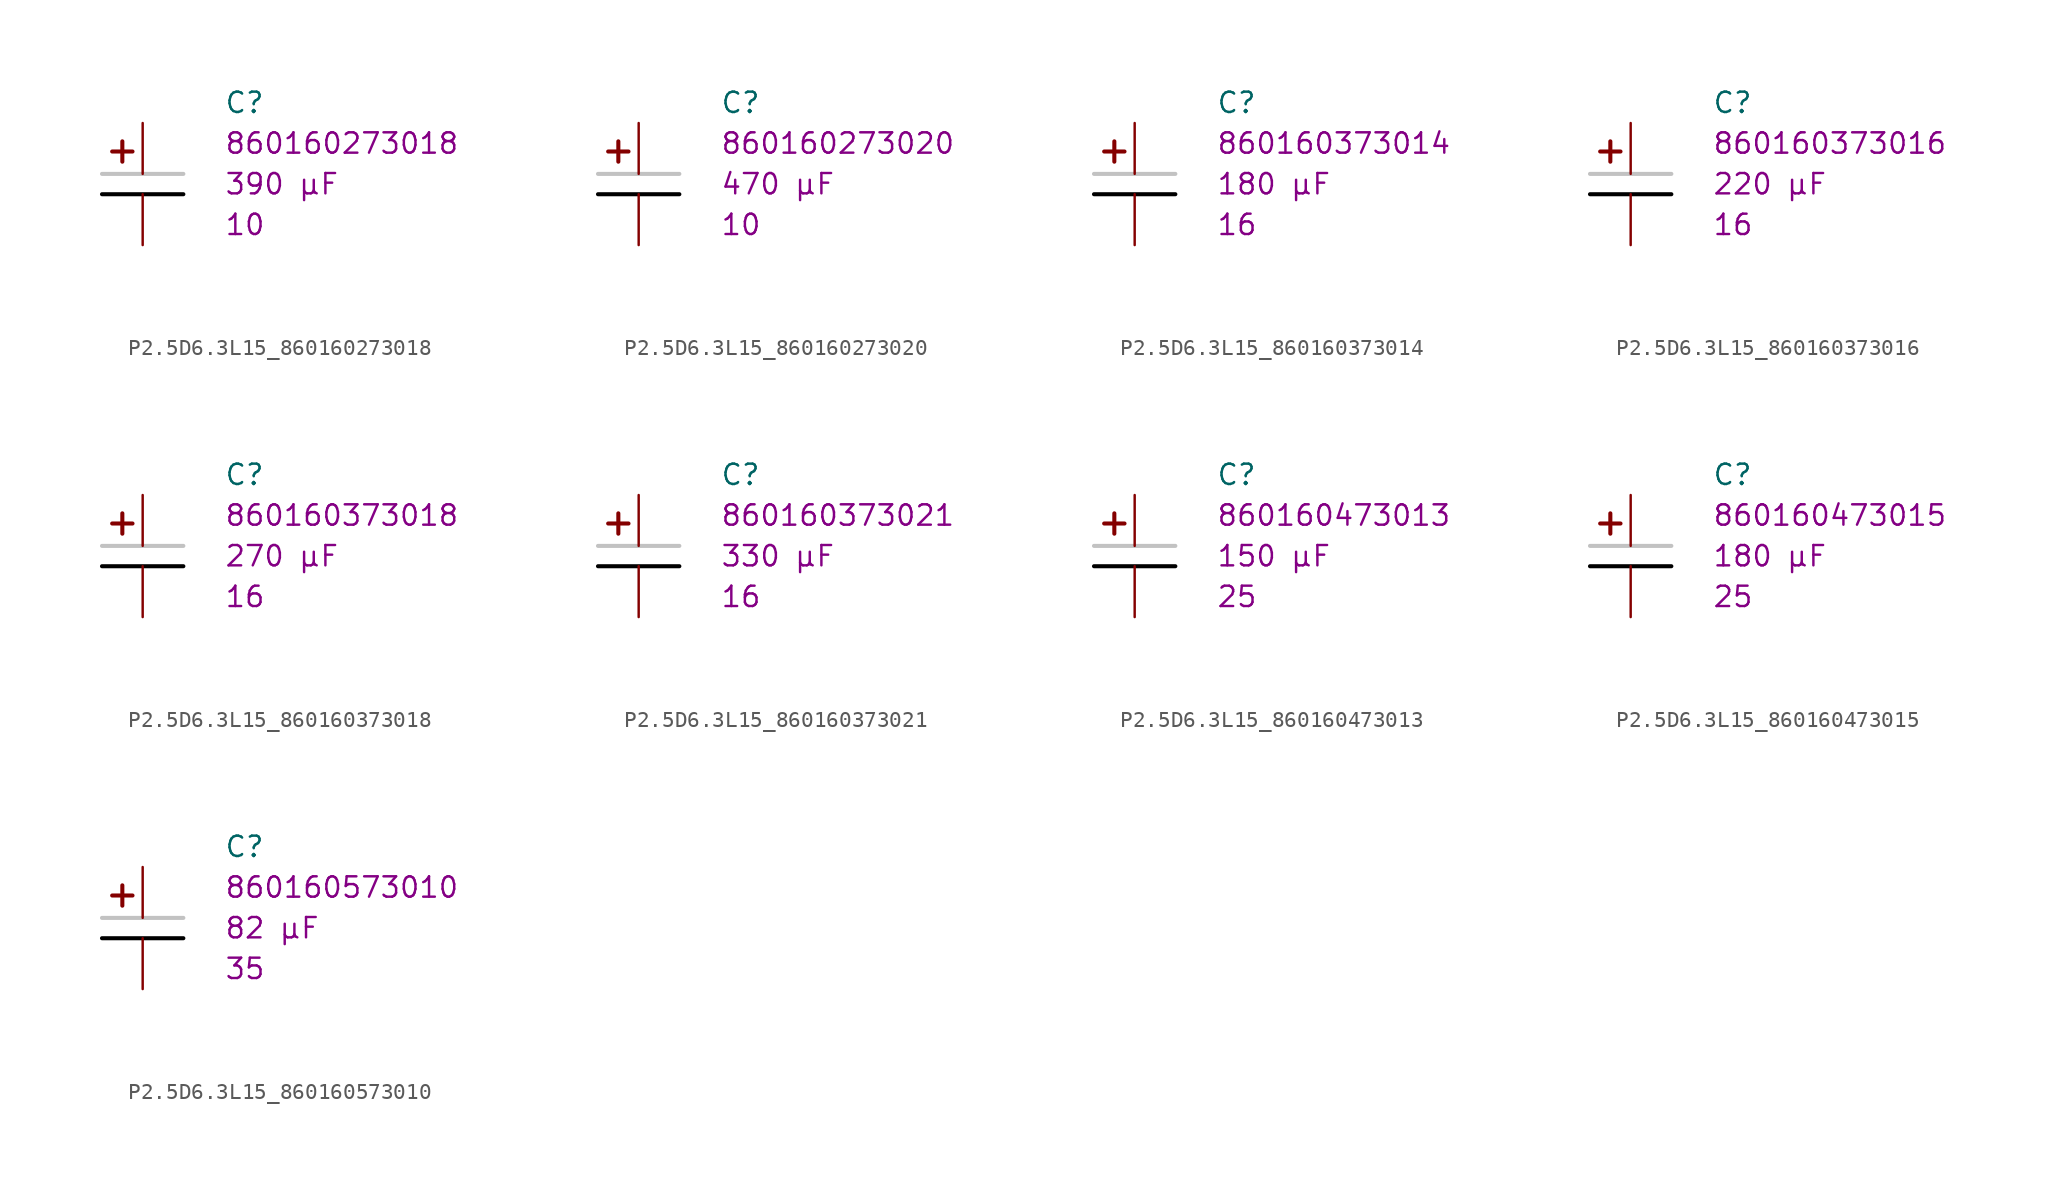
<source format=kicad_sym>
(kicad_symbol_lib
  (version 20220914)
  (generator kicad_symbol_editor)
  (symbol "P2.5D6.3L15_860160273018"
    (pin_numbers hide)
    (pin_names hide)
    (property "Reference" "C"
      (at 5.08 5.08 0)
      (effects (font (size 1.27 1.27)) (justify left)))
    (property "Part Number" "860160273018"
      (at 5.08 2.54 0)
      (effects (font (size 1.27 1.27)) (justify left)))
    (property "Capacitance" "390 µF"
      (at 5.08 0 0)
      (effects (font (size 1.27 1.27)) (justify left)))
    (property "Voltage" "10"
      (at 5.08 -2.54 0)
      (effects (font (size 1.27 1.27)) (justify left)))
    (property "Critical Parameter" ""
      (at 0 -7.62 0)
      (effects (font (size 1.27 1.27))))
    (symbol "P2.5D6.3L15_860160273018_1_1"
      (polyline (pts (xy -1.27 2.667) (xy -1.27 1.397)) (stroke (width 0.254) (type default)) (fill (type none)))
      (polyline (pts (xy -0.635 2.032) (xy -1.905 2.032)) (stroke (width 0.254) (type default)) (fill (type none)))
      (polyline (pts (xy 2.54 -0.635) (xy -2.54 -0.635)) (stroke (width 0.254) (type default) (color 0 0 0 1)) (fill (type none)))
      (polyline (pts (xy 2.54 0.635) (xy -2.54 0.635)) (stroke (width 0.254) (type default) (color 194 194 194 1)) (fill (type none)))
      (pin passive line (at 0 3.81 270) (length 3.175) (name "1" (effects (font (size 1.27 1.27)))) (number "1" (effects (font (size 1.27 1.27)))))
      (pin passive line (at 0 -3.81 90) (length 3.175) (name "2" (effects (font (size 1.27 1.27)))) (number "2" (effects (font (size 1.27 1.27)))))))
  (symbol "P2.5D6.3L15_860160273020"
    (pin_numbers hide)
    (pin_names hide)
    (property "Reference" "C"
      (at 5.08 5.08 0)
      (effects (font (size 1.27 1.27)) (justify left)))
    (property "Part Number" "860160273020"
      (at 5.08 2.54 0)
      (effects (font (size 1.27 1.27)) (justify left)))
    (property "Capacitance" "470 µF"
      (at 5.08 0 0)
      (effects (font (size 1.27 1.27)) (justify left)))
    (property "Voltage" "10"
      (at 5.08 -2.54 0)
      (effects (font (size 1.27 1.27)) (justify left)))
    (property "Critical Parameter" ""
      (at 0 -7.62 0)
      (effects (font (size 1.27 1.27))))
    (symbol "P2.5D6.3L15_860160273020_1_1"
      (polyline (pts (xy -1.27 2.667) (xy -1.27 1.397)) (stroke (width 0.254) (type default)) (fill (type none)))
      (polyline (pts (xy -0.635 2.032) (xy -1.905 2.032)) (stroke (width 0.254) (type default)) (fill (type none)))
      (polyline (pts (xy 2.54 -0.635) (xy -2.54 -0.635)) (stroke (width 0.254) (type default) (color 0 0 0 1)) (fill (type none)))
      (polyline (pts (xy 2.54 0.635) (xy -2.54 0.635)) (stroke (width 0.254) (type default) (color 194 194 194 1)) (fill (type none)))
      (pin passive line (at 0 3.81 270) (length 3.175) (name "1" (effects (font (size 1.27 1.27)))) (number "1" (effects (font (size 1.27 1.27)))))
      (pin passive line (at 0 -3.81 90) (length 3.175) (name "2" (effects (font (size 1.27 1.27)))) (number "2" (effects (font (size 1.27 1.27)))))))
  (symbol "P2.5D6.3L15_860160373014"
    (pin_numbers hide)
    (pin_names hide)
    (property "Reference" "C"
      (at 5.08 5.08 0)
      (effects (font (size 1.27 1.27)) (justify left)))
    (property "Part Number" "860160373014"
      (at 5.08 2.54 0)
      (effects (font (size 1.27 1.27)) (justify left)))
    (property "Capacitance" "180 µF"
      (at 5.08 0 0)
      (effects (font (size 1.27 1.27)) (justify left)))
    (property "Voltage" "16"
      (at 5.08 -2.54 0)
      (effects (font (size 1.27 1.27)) (justify left)))
    (property "Critical Parameter" ""
      (at 0 -7.62 0)
      (effects (font (size 1.27 1.27))))
    (symbol "P2.5D6.3L15_860160373014_1_1"
      (polyline (pts (xy -1.27 2.667) (xy -1.27 1.397)) (stroke (width 0.254) (type default)) (fill (type none)))
      (polyline (pts (xy -0.635 2.032) (xy -1.905 2.032)) (stroke (width 0.254) (type default)) (fill (type none)))
      (polyline (pts (xy 2.54 -0.635) (xy -2.54 -0.635)) (stroke (width 0.254) (type default) (color 0 0 0 1)) (fill (type none)))
      (polyline (pts (xy 2.54 0.635) (xy -2.54 0.635)) (stroke (width 0.254) (type default) (color 194 194 194 1)) (fill (type none)))
      (pin passive line (at 0 3.81 270) (length 3.175) (name "1" (effects (font (size 1.27 1.27)))) (number "1" (effects (font (size 1.27 1.27)))))
      (pin passive line (at 0 -3.81 90) (length 3.175) (name "2" (effects (font (size 1.27 1.27)))) (number "2" (effects (font (size 1.27 1.27)))))))
  (symbol "P2.5D6.3L15_860160373016"
    (pin_numbers hide)
    (pin_names hide)
    (property "Reference" "C"
      (at 5.08 5.08 0)
      (effects (font (size 1.27 1.27)) (justify left)))
    (property "Part Number" "860160373016"
      (at 5.08 2.54 0)
      (effects (font (size 1.27 1.27)) (justify left)))
    (property "Capacitance" "220 µF"
      (at 5.08 0 0)
      (effects (font (size 1.27 1.27)) (justify left)))
    (property "Voltage" "16"
      (at 5.08 -2.54 0)
      (effects (font (size 1.27 1.27)) (justify left)))
    (property "Critical Parameter" ""
      (at 0 -7.62 0)
      (effects (font (size 1.27 1.27))))
    (symbol "P2.5D6.3L15_860160373016_1_1"
      (polyline (pts (xy -1.27 2.667) (xy -1.27 1.397)) (stroke (width 0.254) (type default)) (fill (type none)))
      (polyline (pts (xy -0.635 2.032) (xy -1.905 2.032)) (stroke (width 0.254) (type default)) (fill (type none)))
      (polyline (pts (xy 2.54 -0.635) (xy -2.54 -0.635)) (stroke (width 0.254) (type default) (color 0 0 0 1)) (fill (type none)))
      (polyline (pts (xy 2.54 0.635) (xy -2.54 0.635)) (stroke (width 0.254) (type default) (color 194 194 194 1)) (fill (type none)))
      (pin passive line (at 0 3.81 270) (length 3.175) (name "1" (effects (font (size 1.27 1.27)))) (number "1" (effects (font (size 1.27 1.27)))))
      (pin passive line (at 0 -3.81 90) (length 3.175) (name "2" (effects (font (size 1.27 1.27)))) (number "2" (effects (font (size 1.27 1.27)))))))
  (symbol "P2.5D6.3L15_860160373018"
    (pin_numbers hide)
    (pin_names hide)
    (property "Reference" "C"
      (at 5.08 5.08 0)
      (effects (font (size 1.27 1.27)) (justify left)))
    (property "Part Number" "860160373018"
      (at 5.08 2.54 0)
      (effects (font (size 1.27 1.27)) (justify left)))
    (property "Capacitance" "270 µF"
      (at 5.08 0 0)
      (effects (font (size 1.27 1.27)) (justify left)))
    (property "Voltage" "16"
      (at 5.08 -2.54 0)
      (effects (font (size 1.27 1.27)) (justify left)))
    (property "Critical Parameter" ""
      (at 0 -7.62 0)
      (effects (font (size 1.27 1.27))))
    (symbol "P2.5D6.3L15_860160373018_1_1"
      (polyline (pts (xy -1.27 2.667) (xy -1.27 1.397)) (stroke (width 0.254) (type default)) (fill (type none)))
      (polyline (pts (xy -0.635 2.032) (xy -1.905 2.032)) (stroke (width 0.254) (type default)) (fill (type none)))
      (polyline (pts (xy 2.54 -0.635) (xy -2.54 -0.635)) (stroke (width 0.254) (type default) (color 0 0 0 1)) (fill (type none)))
      (polyline (pts (xy 2.54 0.635) (xy -2.54 0.635)) (stroke (width 0.254) (type default) (color 194 194 194 1)) (fill (type none)))
      (pin passive line (at 0 3.81 270) (length 3.175) (name "1" (effects (font (size 1.27 1.27)))) (number "1" (effects (font (size 1.27 1.27)))))
      (pin passive line (at 0 -3.81 90) (length 3.175) (name "2" (effects (font (size 1.27 1.27)))) (number "2" (effects (font (size 1.27 1.27)))))))
  (symbol "P2.5D6.3L15_860160373021"
    (pin_numbers hide)
    (pin_names hide)
    (property "Reference" "C"
      (at 5.08 5.08 0)
      (effects (font (size 1.27 1.27)) (justify left)))
    (property "Part Number" "860160373021"
      (at 5.08 2.54 0)
      (effects (font (size 1.27 1.27)) (justify left)))
    (property "Capacitance" "330 µF"
      (at 5.08 0 0)
      (effects (font (size 1.27 1.27)) (justify left)))
    (property "Voltage" "16"
      (at 5.08 -2.54 0)
      (effects (font (size 1.27 1.27)) (justify left)))
    (property "Critical Parameter" ""
      (at 0 -7.62 0)
      (effects (font (size 1.27 1.27))))
    (symbol "P2.5D6.3L15_860160373021_1_1"
      (polyline (pts (xy -1.27 2.667) (xy -1.27 1.397)) (stroke (width 0.254) (type default)) (fill (type none)))
      (polyline (pts (xy -0.635 2.032) (xy -1.905 2.032)) (stroke (width 0.254) (type default)) (fill (type none)))
      (polyline (pts (xy 2.54 -0.635) (xy -2.54 -0.635)) (stroke (width 0.254) (type default) (color 0 0 0 1)) (fill (type none)))
      (polyline (pts (xy 2.54 0.635) (xy -2.54 0.635)) (stroke (width 0.254) (type default) (color 194 194 194 1)) (fill (type none)))
      (pin passive line (at 0 3.81 270) (length 3.175) (name "1" (effects (font (size 1.27 1.27)))) (number "1" (effects (font (size 1.27 1.27)))))
      (pin passive line (at 0 -3.81 90) (length 3.175) (name "2" (effects (font (size 1.27 1.27)))) (number "2" (effects (font (size 1.27 1.27)))))))
  (symbol "P2.5D6.3L15_860160473013"
    (pin_numbers hide)
    (pin_names hide)
    (property "Reference" "C"
      (at 5.08 5.08 0)
      (effects (font (size 1.27 1.27)) (justify left)))
    (property "Part Number" "860160473013"
      (at 5.08 2.54 0)
      (effects (font (size 1.27 1.27)) (justify left)))
    (property "Capacitance" "150 µF"
      (at 5.08 0 0)
      (effects (font (size 1.27 1.27)) (justify left)))
    (property "Voltage" "25"
      (at 5.08 -2.54 0)
      (effects (font (size 1.27 1.27)) (justify left)))
    (property "Critical Parameter" ""
      (at 0 -7.62 0)
      (effects (font (size 1.27 1.27))))
    (symbol "P2.5D6.3L15_860160473013_1_1"
      (polyline (pts (xy -1.27 2.667) (xy -1.27 1.397)) (stroke (width 0.254) (type default)) (fill (type none)))
      (polyline (pts (xy -0.635 2.032) (xy -1.905 2.032)) (stroke (width 0.254) (type default)) (fill (type none)))
      (polyline (pts (xy 2.54 -0.635) (xy -2.54 -0.635)) (stroke (width 0.254) (type default) (color 0 0 0 1)) (fill (type none)))
      (polyline (pts (xy 2.54 0.635) (xy -2.54 0.635)) (stroke (width 0.254) (type default) (color 194 194 194 1)) (fill (type none)))
      (pin passive line (at 0 3.81 270) (length 3.175) (name "1" (effects (font (size 1.27 1.27)))) (number "1" (effects (font (size 1.27 1.27)))))
      (pin passive line (at 0 -3.81 90) (length 3.175) (name "2" (effects (font (size 1.27 1.27)))) (number "2" (effects (font (size 1.27 1.27)))))))
  (symbol "P2.5D6.3L15_860160473015"
    (pin_numbers hide)
    (pin_names hide)
    (property "Reference" "C"
      (at 5.08 5.08 0)
      (effects (font (size 1.27 1.27)) (justify left)))
    (property "Part Number" "860160473015"
      (at 5.08 2.54 0)
      (effects (font (size 1.27 1.27)) (justify left)))
    (property "Capacitance" "180 µF"
      (at 5.08 0 0)
      (effects (font (size 1.27 1.27)) (justify left)))
    (property "Voltage" "25"
      (at 5.08 -2.54 0)
      (effects (font (size 1.27 1.27)) (justify left)))
    (property "Critical Parameter" ""
      (at 0 -7.62 0)
      (effects (font (size 1.27 1.27))))
    (symbol "P2.5D6.3L15_860160473015_1_1"
      (polyline (pts (xy -1.27 2.667) (xy -1.27 1.397)) (stroke (width 0.254) (type default)) (fill (type none)))
      (polyline (pts (xy -0.635 2.032) (xy -1.905 2.032)) (stroke (width 0.254) (type default)) (fill (type none)))
      (polyline (pts (xy 2.54 -0.635) (xy -2.54 -0.635)) (stroke (width 0.254) (type default) (color 0 0 0 1)) (fill (type none)))
      (polyline (pts (xy 2.54 0.635) (xy -2.54 0.635)) (stroke (width 0.254) (type default) (color 194 194 194 1)) (fill (type none)))
      (pin passive line (at 0 3.81 270) (length 3.175) (name "1" (effects (font (size 1.27 1.27)))) (number "1" (effects (font (size 1.27 1.27)))))
      (pin passive line (at 0 -3.81 90) (length 3.175) (name "2" (effects (font (size 1.27 1.27)))) (number "2" (effects (font (size 1.27 1.27)))))))
  (symbol "P2.5D6.3L15_860160573010"
    (pin_numbers hide)
    (pin_names hide)
    (property "Reference" "C"
      (at 5.08 5.08 0)
      (effects (font (size 1.27 1.27)) (justify left)))
    (property "Part Number" "860160573010"
      (at 5.08 2.54 0)
      (effects (font (size 1.27 1.27)) (justify left)))
    (property "Capacitance" "82 µF"
      (at 5.08 0 0)
      (effects (font (size 1.27 1.27)) (justify left)))
    (property "Voltage" "35"
      (at 5.08 -2.54 0)
      (effects (font (size 1.27 1.27)) (justify left)))
    (property "Critical Parameter" ""
      (at 0 -7.62 0)
      (effects (font (size 1.27 1.27))))
    (symbol "P2.5D6.3L15_860160573010_1_1"
      (polyline (pts (xy -1.27 2.667) (xy -1.27 1.397)) (stroke (width 0.254) (type default)) (fill (type none)))
      (polyline (pts (xy -0.635 2.032) (xy -1.905 2.032)) (stroke (width 0.254) (type default)) (fill (type none)))
      (polyline (pts (xy 2.54 -0.635) (xy -2.54 -0.635)) (stroke (width 0.254) (type default) (color 0 0 0 1)) (fill (type none)))
      (polyline (pts (xy 2.54 0.635) (xy -2.54 0.635)) (stroke (width 0.254) (type default) (color 194 194 194 1)) (fill (type none)))
      (pin passive line (at 0 3.81 270) (length 3.175) (name "1" (effects (font (size 1.27 1.27)))) (number "1" (effects (font (size 1.27 1.27)))))
      (pin passive line (at 0 -3.81 90) (length 3.175) (name "2" (effects (font (size 1.27 1.27)))) (number "2" (effects (font (size 1.27 1.27))))))))
</source>
